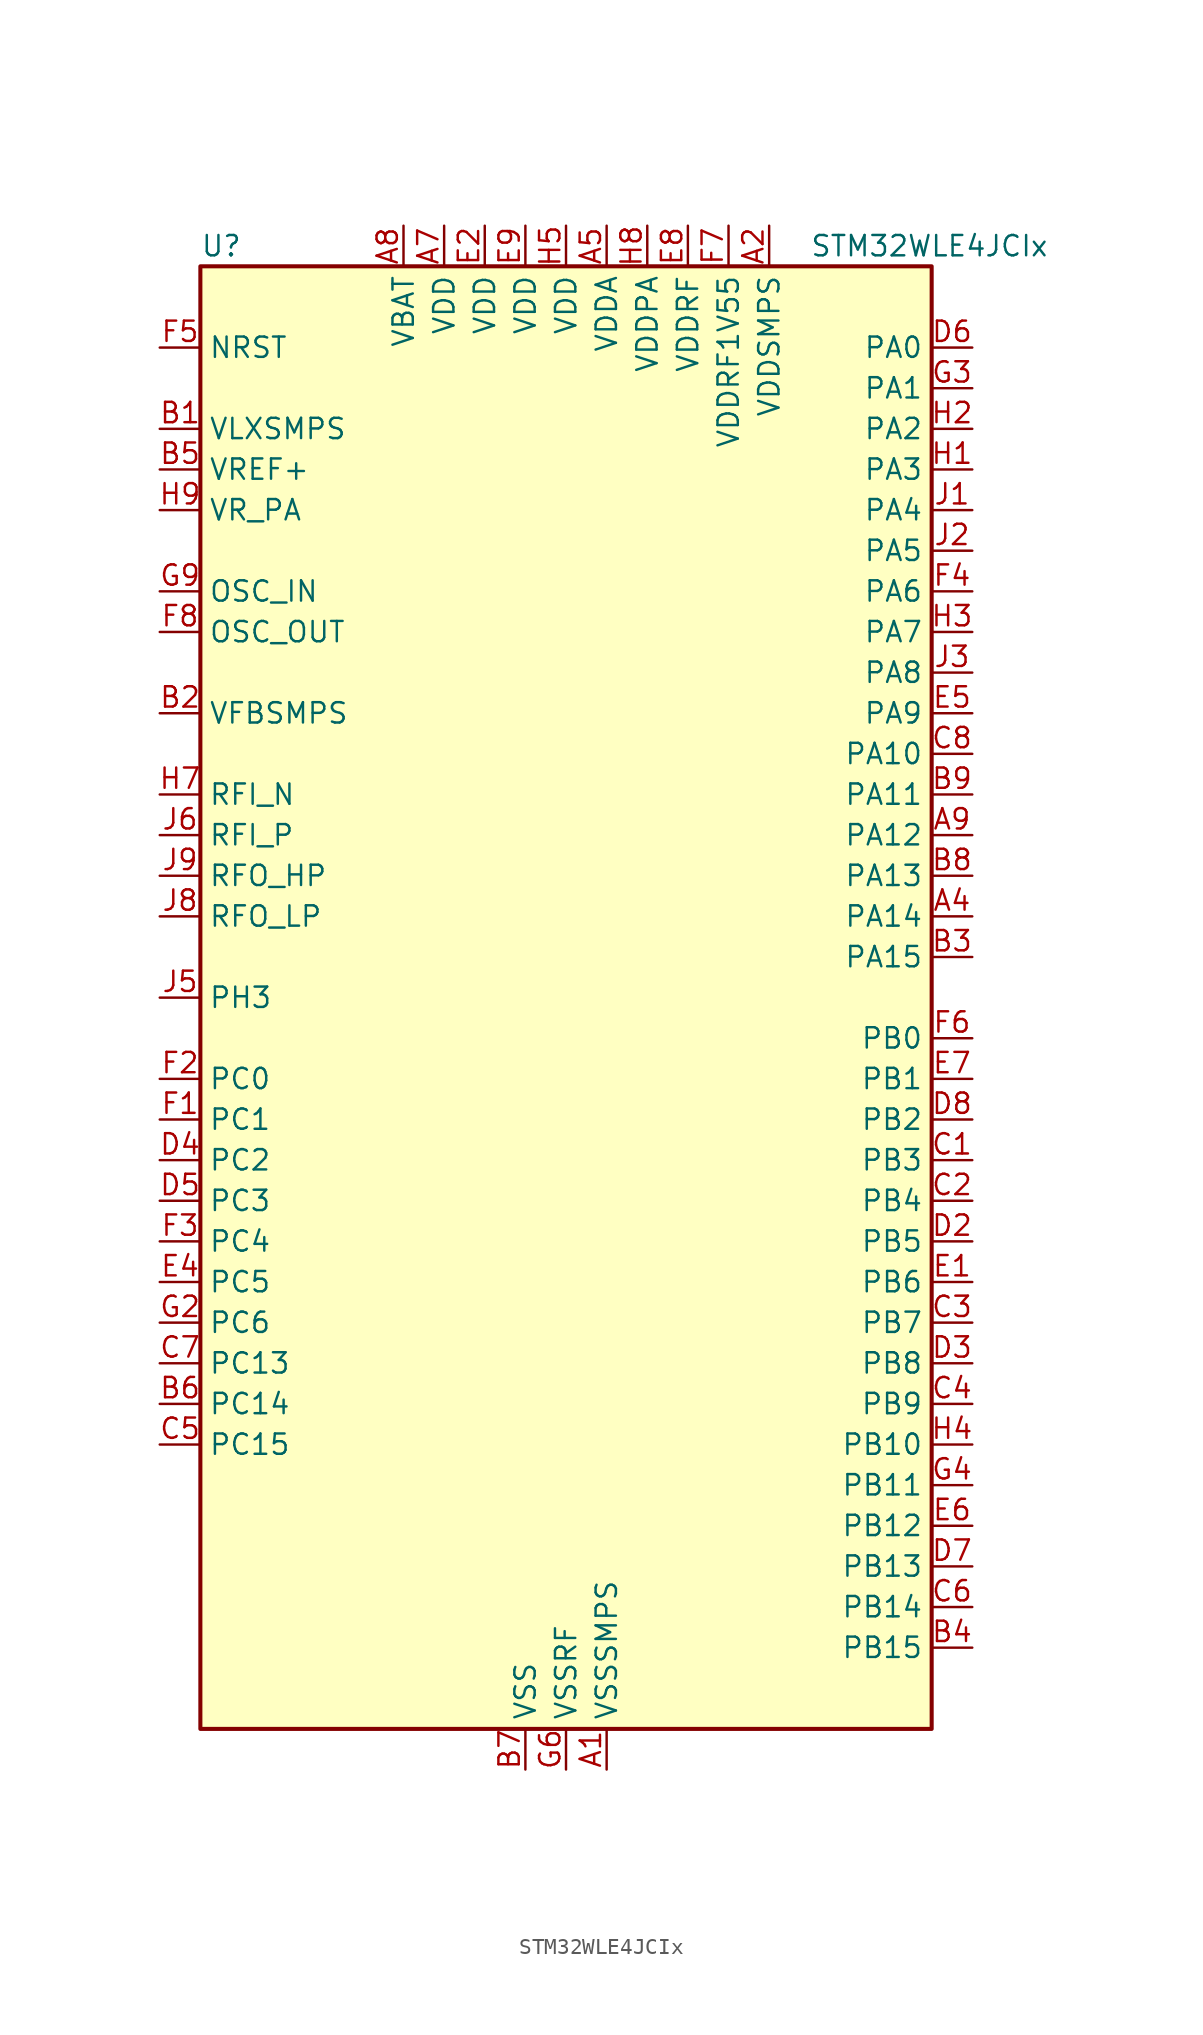
<source format=kicad_sym>
(kicad_symbol_lib
  (version 20241209)
  (generator "kicad_symbol_editor")
  (generator_version "9.0")
  (symbol "STM32WLE4JCIx"
    (property "Reference" "U"
      (at -22.86 46.99 0)
      (effects (font (size 1.27 1.27)) (justify left)))
    (property "Value" "STM32WLE4JCIx"
      (at 15.24 46.99 0)
      (effects (font (size 1.27 1.27)) (justify left)))
    (symbol "STM32WLE4JCIx_0_1"
      (rectangle (start -22.86 -45.72) (end 22.86 45.72) (stroke (width 0.254) (type default)) (fill (type background))))
    (symbol "STM32WLE4JCIx_1_1"
      (pin input line (at -25.4 40.64 0) (length 2.54) (name "NRST" (effects (font (size 1.27 1.27)))) (number "F5" (effects (font (size 1.27 1.27)))))
      (pin power_in line (at -25.4 35.56 0) (length 2.54) (name "VLXSMPS" (effects (font (size 1.27 1.27)))) (number "B1" (effects (font (size 1.27 1.27)))))
      (pin input line (at -25.4 33.02 0) (length 2.54) (name "VREF+" (effects (font (size 1.27 1.27)))) (number "B5" (effects (font (size 1.27 1.27)))) (alternate "VREFBUF_OUT" bidirectional line))
      (pin power_in line (at -25.4 30.48 0) (length 2.54) (name "VR_PA" (effects (font (size 1.27 1.27)))) (number "H9" (effects (font (size 1.27 1.27)))))
      (pin input line (at -25.4 25.4 0) (length 2.54) (name "OSC_IN" (effects (font (size 1.27 1.27)))) (number "G9" (effects (font (size 1.27 1.27)))) (alternate "RCC_OSC_IN" bidirectional line))
      (pin input line (at -25.4 22.86 0) (length 2.54) (name "OSC_OUT" (effects (font (size 1.27 1.27)))) (number "F8" (effects (font (size 1.27 1.27)))) (alternate "RCC_OSC_OUT" bidirectional line))
      (pin input line (at -25.4 17.78 0) (length 2.54) (name "VFBSMPS" (effects (font (size 1.27 1.27)))) (number "B2" (effects (font (size 1.27 1.27)))))
      (pin bidirectional line (at -25.4 12.7 0) (length 2.54) (name "RFI_N" (effects (font (size 1.27 1.27)))) (number "H7" (effects (font (size 1.27 1.27)))))
      (pin bidirectional line (at -25.4 10.16 0) (length 2.54) (name "RFI_P" (effects (font (size 1.27 1.27)))) (number "J6" (effects (font (size 1.27 1.27)))))
      (pin bidirectional line (at -25.4 7.62 0) (length 2.54) (name "RFO_HP" (effects (font (size 1.27 1.27)))) (number "J9" (effects (font (size 1.27 1.27)))))
      (pin bidirectional line (at -25.4 5.08 0) (length 2.54) (name "RFO_LP" (effects (font (size 1.27 1.27)))) (number "J8" (effects (font (size 1.27 1.27)))))
      (pin bidirectional line (at -25.4 0 0) (length 2.54) (name "PH3" (effects (font (size 1.27 1.27)))) (number "J5" (effects (font (size 1.27 1.27)))))
      (pin bidirectional line (at -25.4 -5.08 0) (length 2.54) (name "PC0" (effects (font (size 1.27 1.27)))) (number "F2" (effects (font (size 1.27 1.27)))) (alternate "I2C3_SCL" bidirectional line) (alternate "LPTIM1_IN1" bidirectional line) (alternate "LPTIM2_IN1" bidirectional line) (alternate "LPUART1_RX" bidirectional line))
      (pin bidirectional line (at -25.4 -7.62 0) (length 2.54) (name "PC1" (effects (font (size 1.27 1.27)))) (number "F1" (effects (font (size 1.27 1.27)))) (alternate "I2C3_SDA" bidirectional line) (alternate "I2S2_SD" bidirectional line) (alternate "LPTIM1_OUT" bidirectional line) (alternate "LPUART1_TX" bidirectional line) (alternate "SPI2_MOSI" bidirectional line))
      (pin bidirectional line (at -25.4 -10.16 0) (length 2.54) (name "PC2" (effects (font (size 1.27 1.27)))) (number "D4" (effects (font (size 1.27 1.27)))) (alternate "LPTIM1_IN2" bidirectional line) (alternate "SPI2_MISO" bidirectional line))
      (pin bidirectional line (at -25.4 -12.7 0) (length 2.54) (name "PC3" (effects (font (size 1.27 1.27)))) (number "D5" (effects (font (size 1.27 1.27)))) (alternate "I2S2_SD" bidirectional line) (alternate "LPTIM1_ETR" bidirectional line) (alternate "LPTIM2_ETR" bidirectional line) (alternate "SPI2_MOSI" bidirectional line))
      (pin bidirectional line (at -25.4 -15.24 0) (length 2.54) (name "PC4" (effects (font (size 1.27 1.27)))) (number "F3" (effects (font (size 1.27 1.27)))))
      (pin bidirectional line (at -25.4 -17.78 0) (length 2.54) (name "PC5" (effects (font (size 1.27 1.27)))) (number "E4" (effects (font (size 1.27 1.27)))))
      (pin bidirectional line (at -25.4 -20.32 0) (length 2.54) (name "PC6" (effects (font (size 1.27 1.27)))) (number "G2" (effects (font (size 1.27 1.27)))) (alternate "I2S2_MCK" bidirectional line))
      (pin bidirectional line (at -25.4 -22.86 0) (length 2.54) (name "PC13" (effects (font (size 1.27 1.27)))) (number "C7" (effects (font (size 1.27 1.27)))) (alternate "PWR_WKUP2" bidirectional line) (alternate "RTC_OUT1" bidirectional line) (alternate "RTC_TAMP_IN1" bidirectional line) (alternate "RTC_TS" bidirectional line))
      (pin bidirectional line (at -25.4 -25.4 0) (length 2.54) (name "PC14" (effects (font (size 1.27 1.27)))) (number "B6" (effects (font (size 1.27 1.27)))) (alternate "RCC_OSC32_IN" bidirectional line))
      (pin bidirectional line (at -25.4 -27.94 0) (length 2.54) (name "PC15" (effects (font (size 1.27 1.27)))) (number "C5" (effects (font (size 1.27 1.27)))) (alternate "RCC_OSC32_OUT" bidirectional line))
      (pin power_in line (at -10.16 48.26 270) (length 2.54) (name "VBAT" (effects (font (size 1.27 1.27)))) (number "A8" (effects (font (size 1.27 1.27)))))
      (pin power_in line (at -7.62 48.26 270) (length 2.54) (name "VDD" (effects (font (size 1.27 1.27)))) (number "A7" (effects (font (size 1.27 1.27)))))
      (pin power_in line (at -5.08 48.26 270) (length 2.54) (name "VDD" (effects (font (size 1.27 1.27)))) (number "E2" (effects (font (size 1.27 1.27)))))
      (pin power_in line (at -2.54 48.26 270) (length 2.54) (name "VDD" (effects (font (size 1.27 1.27)))) (number "E9" (effects (font (size 1.27 1.27)))))
      (pin power_in line (at -2.54 -48.26 90) (length 2.54) (name "VSS" (effects (font (size 1.27 1.27)))) (number "B7" (effects (font (size 1.27 1.27)))))
      (pin passive line (at -2.54 -48.26 90) (length 2.54) (hide yes) (name "VSS" (effects (font (size 1.27 1.27)))) (number "D9" (effects (font (size 1.27 1.27)))))
      (pin passive line (at -2.54 -48.26 90) (length 2.54) (hide yes) (name "VSS" (effects (font (size 1.27 1.27)))) (number "E3" (effects (font (size 1.27 1.27)))))
      (pin passive line (at -2.54 -48.26 90) (length 2.54) (hide yes) (name "VSS" (effects (font (size 1.27 1.27)))) (number "G5" (effects (font (size 1.27 1.27)))))
      (pin power_in line (at 0 48.26 270) (length 2.54) (name "VDD" (effects (font (size 1.27 1.27)))) (number "H5" (effects (font (size 1.27 1.27)))))
      (pin power_in line (at 0 -48.26 90) (length 2.54) (name "VSSRF" (effects (font (size 1.27 1.27)))) (number "G6" (effects (font (size 1.27 1.27)))))
      (pin passive line (at 0 -48.26 90) (length 2.54) (hide yes) (name "VSSRF" (effects (font (size 1.27 1.27)))) (number "G7" (effects (font (size 1.27 1.27)))))
      (pin passive line (at 0 -48.26 90) (length 2.54) (hide yes) (name "VSSRF" (effects (font (size 1.27 1.27)))) (number "G8" (effects (font (size 1.27 1.27)))))
      (pin passive line (at 0 -48.26 90) (length 2.54) (hide yes) (name "VSSRF" (effects (font (size 1.27 1.27)))) (number "H6" (effects (font (size 1.27 1.27)))))
      (pin power_in line (at 2.54 48.26 270) (length 2.54) (name "VDDA" (effects (font (size 1.27 1.27)))) (number "A5" (effects (font (size 1.27 1.27)))))
      (pin power_in line (at 2.54 -48.26 90) (length 2.54) (name "VSSSMPS" (effects (font (size 1.27 1.27)))) (number "A1" (effects (font (size 1.27 1.27)))))
      (pin power_in line (at 5.08 48.26 270) (length 2.54) (name "VDDPA" (effects (font (size 1.27 1.27)))) (number "H8" (effects (font (size 1.27 1.27)))))
      (pin power_in line (at 7.62 48.26 270) (length 2.54) (name "VDDRF" (effects (font (size 1.27 1.27)))) (number "E8" (effects (font (size 1.27 1.27)))))
      (pin power_in line (at 10.16 48.26 270) (length 2.54) (name "VDDRF1V55" (effects (font (size 1.27 1.27)))) (number "F7" (effects (font (size 1.27 1.27)))))
      (pin power_in line (at 12.7 48.26 270) (length 2.54) (name "VDDSMPS" (effects (font (size 1.27 1.27)))) (number "A2" (effects (font (size 1.27 1.27)))))
      (pin bidirectional line (at 25.4 40.64 180) (length 2.54) (name "PA0" (effects (font (size 1.27 1.27)))) (number "D6" (effects (font (size 1.27 1.27)))) (alternate "COMP1_OUT" bidirectional line) (alternate "DEBUG_PWR-REGLP1S" bidirectional line) (alternate "I2C3_SMBA" bidirectional line) (alternate "I2S_CKIN" bidirectional line) (alternate "PWR_WKUP1" bidirectional line) (alternate "RTC_TAMP_IN2" bidirectional line) (alternate "TIM2_CH1" bidirectional line) (alternate "TIM2_ETR" bidirectional line) (alternate "USART2_CTS" bidirectional line) (alternate "USART2_NSS" bidirectional line))
      (pin bidirectional line (at 25.4 38.1 180) (length 2.54) (name "PA1" (effects (font (size 1.27 1.27)))) (number "G3" (effects (font (size 1.27 1.27)))) (alternate "DEBUG_PWR-REGLP2S" bidirectional line) (alternate "I2C1_SMBA" bidirectional line) (alternate "LPTIM3_OUT" bidirectional line) (alternate "LPUART1_RTS" bidirectional line) (alternate "SPI1_SCK" bidirectional line) (alternate "TIM2_CH2" bidirectional line) (alternate "USART2_DE" bidirectional line) (alternate "USART2_RTS" bidirectional line))
      (pin bidirectional line (at 25.4 35.56 180) (length 2.54) (name "PA2" (effects (font (size 1.27 1.27)))) (number "H2" (effects (font (size 1.27 1.27)))) (alternate "COMP2_OUT" bidirectional line) (alternate "DEBUG_PWR-LDORDY" bidirectional line) (alternate "LPUART1_TX" bidirectional line) (alternate "RCC_LSCO" bidirectional line) (alternate "TIM2_CH3" bidirectional line) (alternate "USART2_TX" bidirectional line))
      (pin bidirectional line (at 25.4 33.02 180) (length 2.54) (name "PA3" (effects (font (size 1.27 1.27)))) (number "H1" (effects (font (size 1.27 1.27)))) (alternate "I2S2_MCK" bidirectional line) (alternate "LPUART1_RX" bidirectional line) (alternate "TIM2_CH4" bidirectional line) (alternate "USART2_RX" bidirectional line))
      (pin bidirectional line (at 25.4 30.48 180) (length 2.54) (name "PA4" (effects (font (size 1.27 1.27)))) (number "J1" (effects (font (size 1.27 1.27)))) (alternate "DEBUG_SUBGHZSPI-NSSOUT" bidirectional line) (alternate "LPTIM1_OUT" bidirectional line) (alternate "LPTIM2_OUT" bidirectional line) (alternate "RTC_OUT2" bidirectional line) (alternate "SPI1_NSS" bidirectional line) (alternate "USART2_CK" bidirectional line))
      (pin bidirectional line (at 25.4 27.94 180) (length 2.54) (name "PA5" (effects (font (size 1.27 1.27)))) (number "J2" (effects (font (size 1.27 1.27)))) (alternate "DEBUG_SUBGHZSPI-SCKOUT" bidirectional line) (alternate "LPTIM2_ETR" bidirectional line) (alternate "SPI1_SCK" bidirectional line) (alternate "SPI2_MISO" bidirectional line) (alternate "TIM2_CH1" bidirectional line) (alternate "TIM2_ETR" bidirectional line))
      (pin bidirectional line (at 25.4 25.4 180) (length 2.54) (name "PA6" (effects (font (size 1.27 1.27)))) (number "F4" (effects (font (size 1.27 1.27)))) (alternate "DEBUG_SUBGHZSPI-MISOOUT" bidirectional line) (alternate "I2C2_SMBA" bidirectional line) (alternate "LPUART1_CTS" bidirectional line) (alternate "SPI1_MISO" bidirectional line) (alternate "TIM16_CH1" bidirectional line) (alternate "TIM1_BKIN" bidirectional line))
      (pin bidirectional line (at 25.4 22.86 180) (length 2.54) (name "PA7" (effects (font (size 1.27 1.27)))) (number "H3" (effects (font (size 1.27 1.27)))) (alternate "COMP2_OUT" bidirectional line) (alternate "DEBUG_SUBGHZSPI-MOSIOUT" bidirectional line) (alternate "I2C3_SCL" bidirectional line) (alternate "SPI1_MOSI" bidirectional line) (alternate "TIM17_CH1" bidirectional line) (alternate "TIM1_CH1N" bidirectional line))
      (pin bidirectional line (at 25.4 20.32 180) (length 2.54) (name "PA8" (effects (font (size 1.27 1.27)))) (number "J3" (effects (font (size 1.27 1.27)))) (alternate "I2S2_CK" bidirectional line) (alternate "LPTIM2_OUT" bidirectional line) (alternate "RCC_MCO" bidirectional line) (alternate "SPI2_SCK" bidirectional line) (alternate "TIM1_CH1" bidirectional line) (alternate "USART1_CK" bidirectional line))
      (pin bidirectional line (at 25.4 17.78 180) (length 2.54) (name "PA9" (effects (font (size 1.27 1.27)))) (number "E5" (effects (font (size 1.27 1.27)))) (alternate "DAC_EXTI9" bidirectional line) (alternate "I2C1_SCL" bidirectional line) (alternate "I2S2_CK" bidirectional line) (alternate "I2S2_WS" bidirectional line) (alternate "SPI2_NSS" bidirectional line) (alternate "SPI2_SCK" bidirectional line) (alternate "TIM1_CH2" bidirectional line) (alternate "USART1_TX" bidirectional line))
      (pin bidirectional line (at 25.4 15.24 180) (length 2.54) (name "PA10" (effects (font (size 1.27 1.27)))) (number "C8" (effects (font (size 1.27 1.27)))) (alternate "ADC_IN6" bidirectional line) (alternate "COMP1_INM" bidirectional line) (alternate "COMP2_INM" bidirectional line) (alternate "DAC_OUT1" bidirectional line) (alternate "DEBUG_RF-HSE32RDY" bidirectional line) (alternate "I2C1_SDA" bidirectional line) (alternate "I2S2_SD" bidirectional line) (alternate "RTC_REFIN" bidirectional line) (alternate "SPI2_MOSI" bidirectional line) (alternate "TIM17_BKIN" bidirectional line) (alternate "TIM1_CH3" bidirectional line) (alternate "USART1_RX" bidirectional line))
      (pin bidirectional line (at 25.4 12.7 180) (length 2.54) (name "PA11" (effects (font (size 1.27 1.27)))) (number "B9" (effects (font (size 1.27 1.27)))) (alternate "ADC_EXTI11" bidirectional line) (alternate "ADC_IN7" bidirectional line) (alternate "COMP1_INM" bidirectional line) (alternate "COMP2_INM" bidirectional line) (alternate "DEBUG_RF-NRESET" bidirectional line) (alternate "I2C2_SDA" bidirectional line) (alternate "LPTIM3_ETR" bidirectional line) (alternate "SPI1_MISO" bidirectional line) (alternate "TIM1_BKIN2" bidirectional line) (alternate "TIM1_CH4" bidirectional line) (alternate "USART1_CTS" bidirectional line) (alternate "USART1_NSS" bidirectional line))
      (pin bidirectional line (at 25.4 10.16 180) (length 2.54) (name "PA12" (effects (font (size 1.27 1.27)))) (number "A9" (effects (font (size 1.27 1.27)))) (alternate "ADC_IN8" bidirectional line) (alternate "DEBUG_RF-BUSY" bidirectional line) (alternate "I2C2_SCL" bidirectional line) (alternate "LPTIM3_IN1" bidirectional line) (alternate "SPI1_MOSI" bidirectional line) (alternate "TIM1_ETR" bidirectional line) (alternate "USART1_DE" bidirectional line) (alternate "USART1_RTS" bidirectional line))
      (pin bidirectional line (at 25.4 7.62 180) (length 2.54) (name "PA13" (effects (font (size 1.27 1.27)))) (number "B8" (effects (font (size 1.27 1.27)))) (alternate "ADC_IN9" bidirectional line) (alternate "DEBUG_JTMS-SWDIO" bidirectional line) (alternate "I2C2_SMBA" bidirectional line) (alternate "IR_OUT" bidirectional line))
      (pin bidirectional line (at 25.4 5.08 180) (length 2.54) (name "PA14" (effects (font (size 1.27 1.27)))) (number "A4" (effects (font (size 1.27 1.27)))) (alternate "ADC_IN10" bidirectional line) (alternate "DEBUG_JTCK-SWCLK" bidirectional line) (alternate "I2C1_SMBA" bidirectional line) (alternate "LPTIM1_OUT" bidirectional line))
      (pin bidirectional line (at 25.4 2.54 180) (length 2.54) (name "PA15" (effects (font (size 1.27 1.27)))) (number "B3" (effects (font (size 1.27 1.27)))) (alternate "ADC_IN11" bidirectional line) (alternate "COMP1_INM" bidirectional line) (alternate "COMP2_INP" bidirectional line) (alternate "DEBUG_JTDI" bidirectional line) (alternate "I2C2_SDA" bidirectional line) (alternate "SPI1_NSS" bidirectional line) (alternate "TIM2_CH1" bidirectional line) (alternate "TIM2_ETR" bidirectional line))
      (pin bidirectional line (at 25.4 -2.54 180) (length 2.54) (name "PB0" (effects (font (size 1.27 1.27)))) (number "F6" (effects (font (size 1.27 1.27)))) (alternate "COMP1_OUT" bidirectional line) (alternate "VDDTCXO" bidirectional line))
      (pin bidirectional line (at 25.4 -5.08 180) (length 2.54) (name "PB1" (effects (font (size 1.27 1.27)))) (number "E7" (effects (font (size 1.27 1.27)))) (alternate "ADC_IN5" bidirectional line) (alternate "COMP2_INP" bidirectional line) (alternate "LPTIM2_IN1" bidirectional line) (alternate "LPUART1_DE" bidirectional line) (alternate "LPUART1_RTS" bidirectional line))
      (pin bidirectional line (at 25.4 -7.62 180) (length 2.54) (name "PB2" (effects (font (size 1.27 1.27)))) (number "D8" (effects (font (size 1.27 1.27)))) (alternate "ADC_IN4" bidirectional line) (alternate "COMP1_INP" bidirectional line) (alternate "COMP2_INM" bidirectional line) (alternate "DEBUG_RF-SMPSRDY" bidirectional line) (alternate "I2C3_SMBA" bidirectional line) (alternate "LPTIM1_OUT" bidirectional line) (alternate "SPI1_NSS" bidirectional line))
      (pin bidirectional line (at 25.4 -10.16 180) (length 2.54) (name "PB3" (effects (font (size 1.27 1.27)))) (number "C1" (effects (font (size 1.27 1.27)))) (alternate "ADC_IN2" bidirectional line) (alternate "COMP1_INM" bidirectional line) (alternate "COMP2_INM" bidirectional line) (alternate "DEBUG_JTDO-SWO" bidirectional line) (alternate "DEBUG_RF-DTB1" bidirectional line) (alternate "PWR_WKUP3" bidirectional line) (alternate "RTC_TAMP_IN3" bidirectional line) (alternate "SPI1_SCK" bidirectional line) (alternate "TIM2_CH2" bidirectional line) (alternate "USART1_DE" bidirectional line) (alternate "USART1_RTS" bidirectional line))
      (pin bidirectional line (at 25.4 -12.7 180) (length 2.54) (name "PB4" (effects (font (size 1.27 1.27)))) (number "C2" (effects (font (size 1.27 1.27)))) (alternate "ADC_IN3" bidirectional line) (alternate "COMP1_INP" bidirectional line) (alternate "COMP2_INP" bidirectional line) (alternate "DEBUG_JTRST" bidirectional line) (alternate "DEBUG_RF-LDORDY" bidirectional line) (alternate "I2C3_SDA" bidirectional line) (alternate "SPI1_MISO" bidirectional line) (alternate "TIM17_BKIN" bidirectional line) (alternate "USART1_CTS" bidirectional line) (alternate "USART1_NSS" bidirectional line))
      (pin bidirectional line (at 25.4 -15.24 180) (length 2.54) (name "PB5" (effects (font (size 1.27 1.27)))) (number "D2" (effects (font (size 1.27 1.27)))) (alternate "COMP2_OUT" bidirectional line) (alternate "I2C1_SMBA" bidirectional line) (alternate "LPTIM1_IN1" bidirectional line) (alternate "SPI1_MOSI" bidirectional line) (alternate "TIM16_BKIN" bidirectional line) (alternate "USART1_CK" bidirectional line))
      (pin bidirectional line (at 25.4 -17.78 180) (length 2.54) (name "PB6" (effects (font (size 1.27 1.27)))) (number "E1" (effects (font (size 1.27 1.27)))) (alternate "I2C1_SCL" bidirectional line) (alternate "LPTIM1_ETR" bidirectional line) (alternate "TIM16_CH1N" bidirectional line) (alternate "USART1_TX" bidirectional line))
      (pin bidirectional line (at 25.4 -20.32 180) (length 2.54) (name "PB7" (effects (font (size 1.27 1.27)))) (number "C3" (effects (font (size 1.27 1.27)))) (alternate "I2C1_SDA" bidirectional line) (alternate "LPTIM1_IN2" bidirectional line) (alternate "PWR_PVD_IN" bidirectional line) (alternate "TIM17_CH1N" bidirectional line) (alternate "TIM1_BKIN" bidirectional line) (alternate "USART1_RX" bidirectional line))
      (pin bidirectional line (at 25.4 -22.86 180) (length 2.54) (name "PB8" (effects (font (size 1.27 1.27)))) (number "D3" (effects (font (size 1.27 1.27)))) (alternate "I2C1_SCL" bidirectional line) (alternate "TIM16_CH1" bidirectional line) (alternate "TIM1_CH2N" bidirectional line))
      (pin bidirectional line (at 25.4 -25.4 180) (length 2.54) (name "PB9" (effects (font (size 1.27 1.27)))) (number "C4" (effects (font (size 1.27 1.27)))) (alternate "DAC_EXTI9" bidirectional line) (alternate "I2C1_SDA" bidirectional line) (alternate "I2S2_WS" bidirectional line) (alternate "IR_OUT" bidirectional line) (alternate "SPI2_NSS" bidirectional line) (alternate "TIM17_CH1" bidirectional line) (alternate "TIM1_CH3N" bidirectional line))
      (pin bidirectional line (at 25.4 -27.94 180) (length 2.54) (name "PB10" (effects (font (size 1.27 1.27)))) (number "H4" (effects (font (size 1.27 1.27)))) (alternate "COMP1_OUT" bidirectional line) (alternate "I2C3_SCL" bidirectional line) (alternate "I2S2_CK" bidirectional line) (alternate "LPUART1_RX" bidirectional line) (alternate "SPI2_SCK" bidirectional line) (alternate "TIM2_CH3" bidirectional line))
      (pin bidirectional line (at 25.4 -30.48 180) (length 2.54) (name "PB11" (effects (font (size 1.27 1.27)))) (number "G4" (effects (font (size 1.27 1.27)))) (alternate "ADC_EXTI11" bidirectional line) (alternate "COMP2_OUT" bidirectional line) (alternate "I2C3_SDA" bidirectional line) (alternate "LPUART1_TX" bidirectional line) (alternate "TIM2_CH4" bidirectional line))
      (pin bidirectional line (at 25.4 -33.02 180) (length 2.54) (name "PB12" (effects (font (size 1.27 1.27)))) (number "E6" (effects (font (size 1.27 1.27)))) (alternate "I2C3_SMBA" bidirectional line) (alternate "I2S2_WS" bidirectional line) (alternate "LPUART1_RTS" bidirectional line) (alternate "SPI2_NSS" bidirectional line) (alternate "TIM1_BKIN" bidirectional line))
      (pin bidirectional line (at 25.4 -35.56 180) (length 2.54) (name "PB13" (effects (font (size 1.27 1.27)))) (number "D7" (effects (font (size 1.27 1.27)))) (alternate "ADC_IN0" bidirectional line) (alternate "I2C3_SCL" bidirectional line) (alternate "I2S2_CK" bidirectional line) (alternate "LPUART1_CTS" bidirectional line) (alternate "SPI2_SCK" bidirectional line) (alternate "TIM1_CH1N" bidirectional line))
      (pin bidirectional line (at 25.4 -38.1 180) (length 2.54) (name "PB14" (effects (font (size 1.27 1.27)))) (number "C6" (effects (font (size 1.27 1.27)))) (alternate "ADC_IN1" bidirectional line) (alternate "I2C3_SDA" bidirectional line) (alternate "I2S2_MCK" bidirectional line) (alternate "SPI2_MISO" bidirectional line) (alternate "TIM1_CH2N" bidirectional line))
      (pin bidirectional line (at 25.4 -40.64 180) (length 2.54) (name "PB15" (effects (font (size 1.27 1.27)))) (number "B4" (effects (font (size 1.27 1.27)))) (alternate "I2C2_SCL" bidirectional line) (alternate "I2S2_SD" bidirectional line) (alternate "SPI2_MOSI" bidirectional line) (alternate "TIM1_CH3N" bidirectional line)))))
</source>
